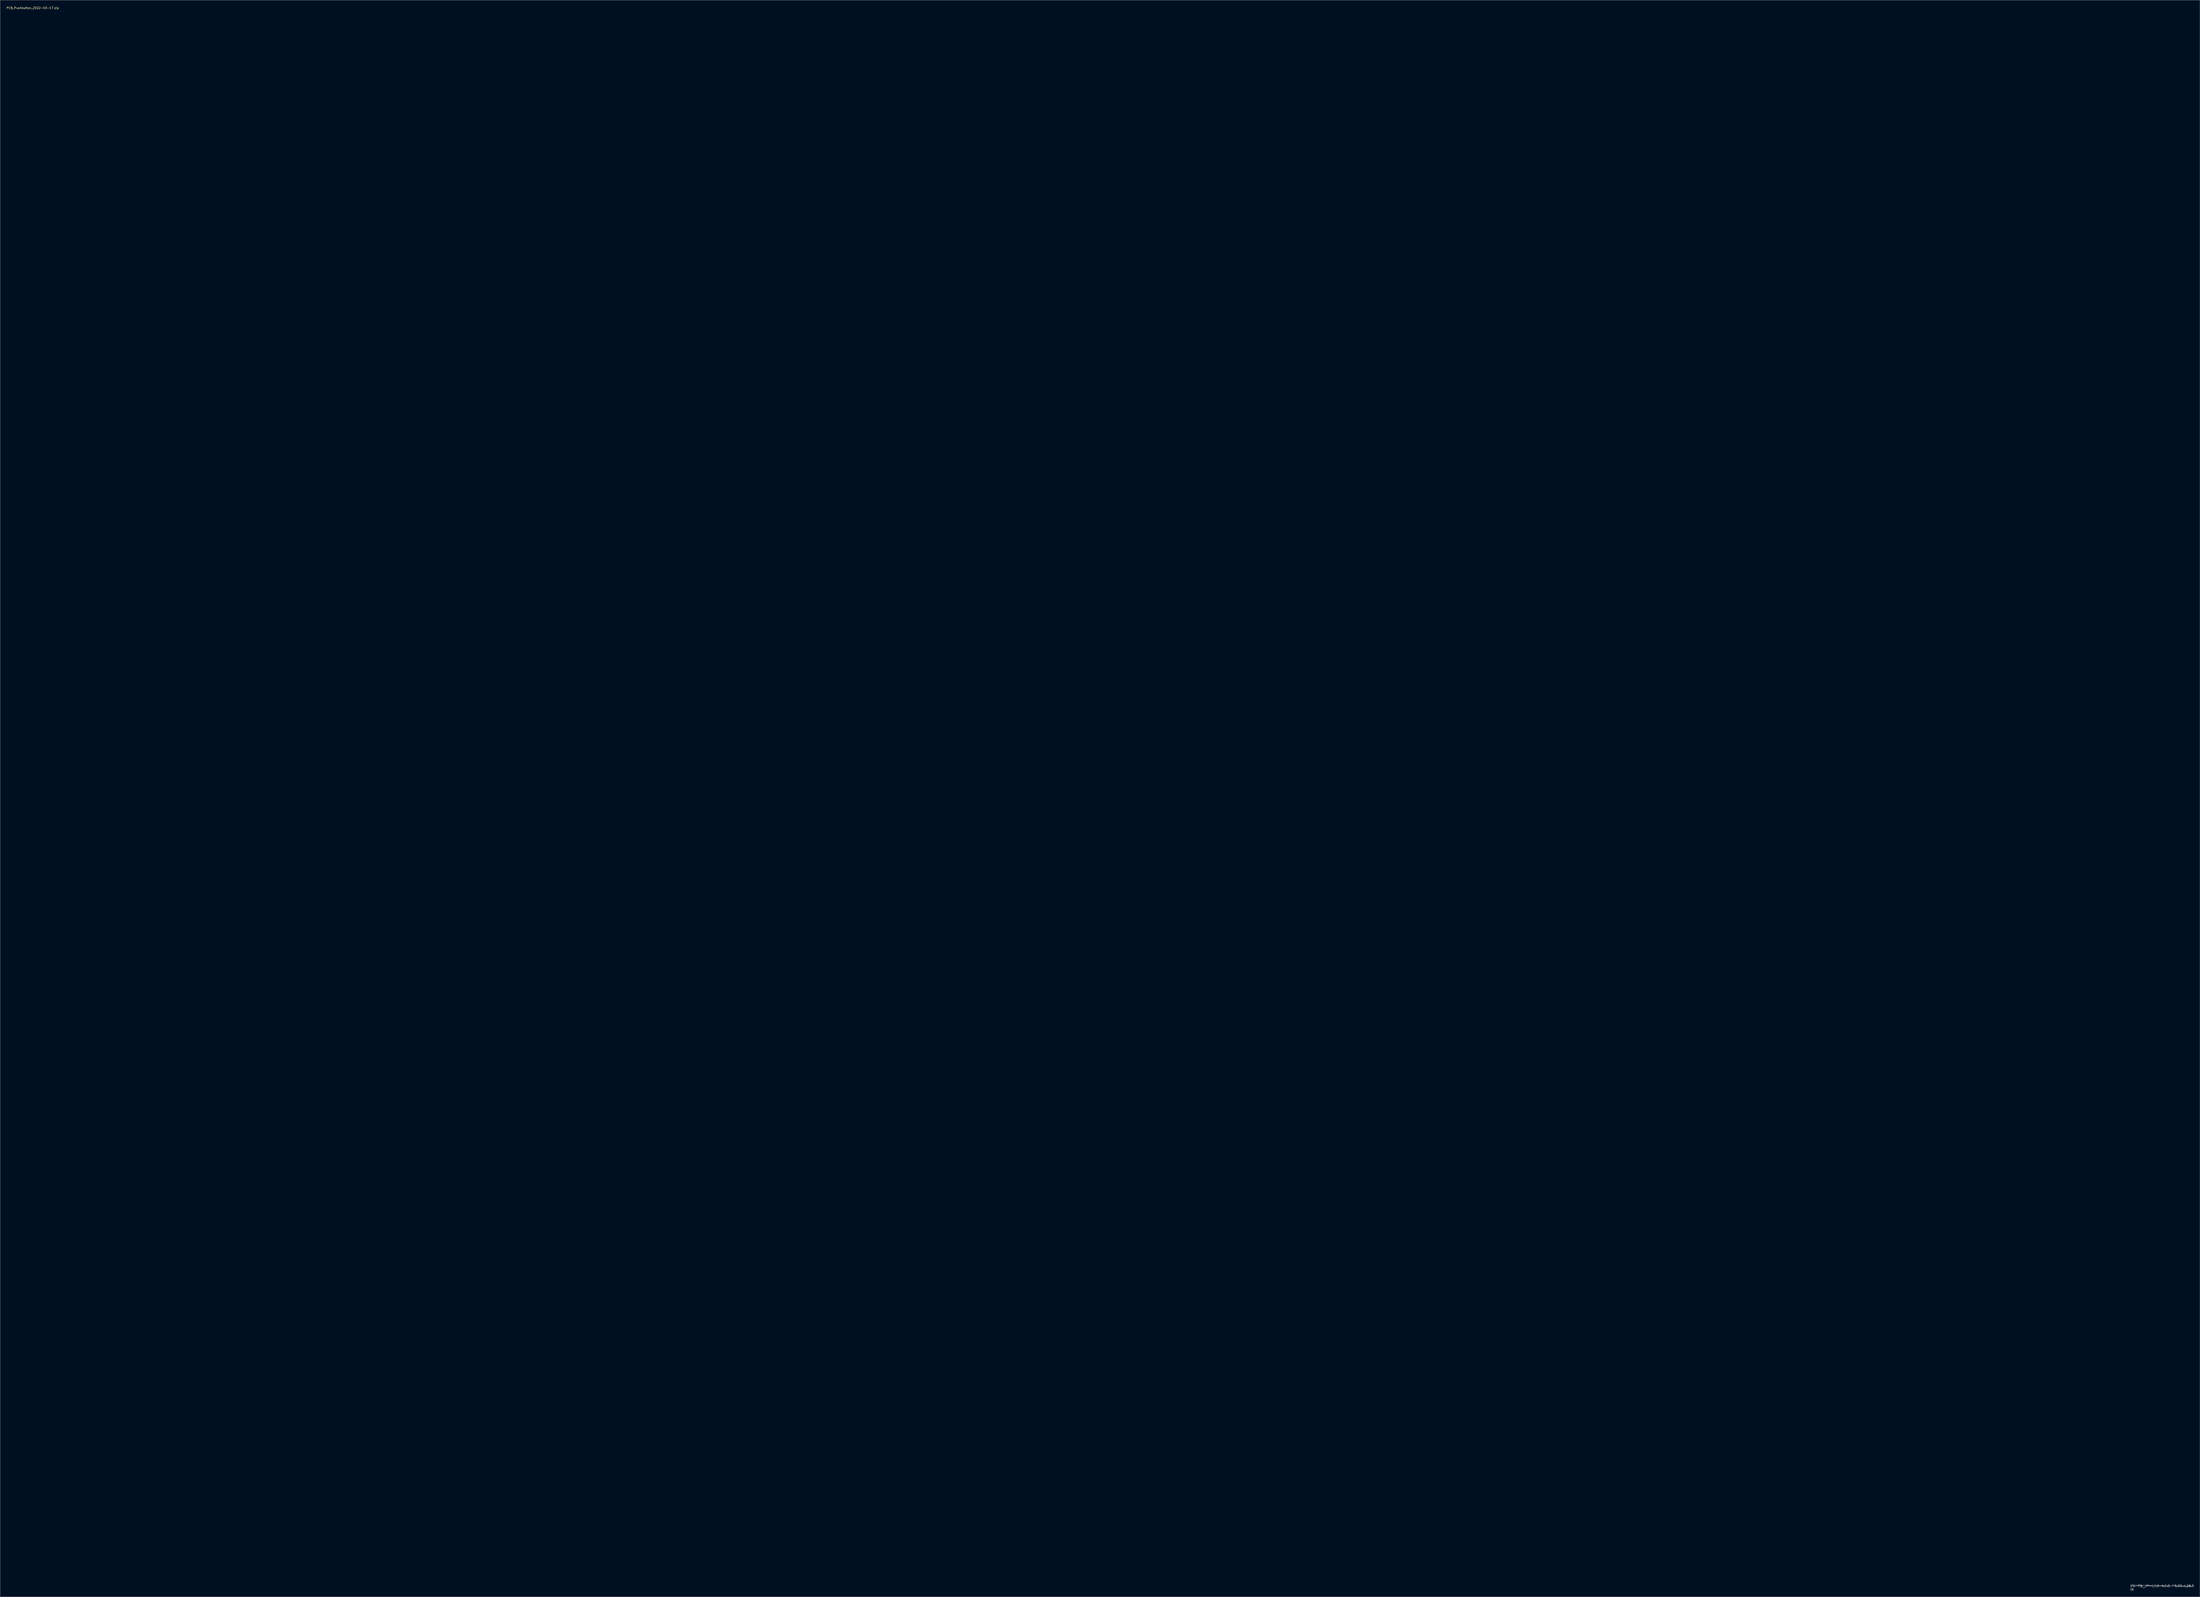
<source format=kicad_pcb>
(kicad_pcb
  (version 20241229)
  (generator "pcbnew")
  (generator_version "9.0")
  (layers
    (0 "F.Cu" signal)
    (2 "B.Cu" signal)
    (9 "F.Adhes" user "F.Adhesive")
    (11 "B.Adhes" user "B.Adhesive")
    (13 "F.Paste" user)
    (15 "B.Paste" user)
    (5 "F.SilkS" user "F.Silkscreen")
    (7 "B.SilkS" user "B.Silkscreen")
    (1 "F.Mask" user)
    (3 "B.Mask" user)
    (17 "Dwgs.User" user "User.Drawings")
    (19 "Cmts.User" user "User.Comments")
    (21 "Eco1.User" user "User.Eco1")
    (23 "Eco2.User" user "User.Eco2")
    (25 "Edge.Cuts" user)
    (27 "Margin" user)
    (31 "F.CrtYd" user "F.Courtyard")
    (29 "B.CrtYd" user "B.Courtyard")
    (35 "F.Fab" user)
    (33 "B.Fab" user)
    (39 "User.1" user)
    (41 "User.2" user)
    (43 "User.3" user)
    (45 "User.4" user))
  (footprint "PCB_Pushbutton_2022-03-17.zip"
    (layer "F.Cu")
    (at 12.73 5.852)
    (property "Reference" "PCB_Pushbutton_2022-03-17.zip" (at 0.229 -5.004 180) (layer "F.SilkS") (effects (font (size 1 1) (thickness 0.15))))
    (attr through_hole)
    (fp_poly (pts (xy 1028.415 769.967) (xy 1028.415 770.747) (xy 1028.466 770.902) (xy 1028.57 771.006) (xy 1028.728 771.057) (xy 1028.832 771.057) (xy 1028.987 771.006) (xy 1029.091 770.902) (xy 1029.142 770.747) (xy 1029.142 769.967) (xy 1029.485 770.175) (xy 1029.589 770.122) (xy 1029.746 769.967) (xy 1029.746 771.057)) (stroke (width 0.15) (type solid)) (fill no) (layer "Dwgs.User"))
    (fp_poly (pts (xy 1029.142 768.344) (xy 1029.038 768.24) (xy 1028.883 768.189) (xy 1028.675 768.189) (xy 1028.52 768.24) (xy 1028.415 768.344) (xy 1028.415 768.448) (xy 1028.466 768.552) (xy 1028.52 768.606) (xy 1028.624 768.657) (xy 1028.936 768.761) (xy 1029.038 768.811) (xy 1029.091 768.865) (xy 1029.142 768.969) (xy 1029.142 769.124) (xy 1029.038 769.228) (xy 1028.883 769.279) (xy 1028.675 769.279) (xy 1028.52 769.228) (xy 1028.415 769.124) (xy 1029.485 768.189) (xy 1029.746 769.279) (xy 1030.005 768.189) (xy 1029.746 769.279) (xy 1030.005 768.189) (xy 1030.265 769.279) (xy 1030.524 768.189) (xy 1030.265 769.279) (xy 1030.867 768.811) (xy 1031.804 768.811) (xy 1032.51 768.189) (xy 1032.51 769.279) (xy 1032.147 768.189) (xy 1032.873 768.189) (xy 1033.216 768.189) (xy 1033.216 769.279) (xy 1033.942 768.189) (xy 1033.942 769.279) (xy 1033.216 768.707) (xy 1033.942 768.707) (xy 1034.285 769.645) (xy 1035.222 769.645) (xy 1036.084 768.189) (xy 1035.565 768.916) (xy 1036.343 768.916) (xy 1036.084 768.189) (xy 1036.084 769.279) (xy 1036.685 768.189) (xy 1036.685 769.279) (xy 1036.685 768.189) (xy 1037.153 768.189) (xy 1037.31 768.24) (xy 1037.361 768.293) (xy 1037.414 768.397) (xy 1037.414 768.552) (xy 1037.361 768.657) (xy 1037.31 768.707) (xy 1037.153 768.761) (xy 1036.685 768.761) (xy 1037.757 768.811) (xy 1038.692 768.811) (xy 1039.035 768.189) (xy 1039.035 769.279) (xy 1039.657 769.279) (xy 1040.625 768.344) (xy 1040.572 768.24) (xy 1040.417 768.189) (xy 1040.313 768.189) (xy 1040.158 768.24) (xy 1040.053 768.397) (xy 1040 768.657) (xy 1040 768.916) (xy 1040.053 769.124) (xy 1040.158 769.228) (xy 1040.313 769.279) (xy 1040.366 769.279) (xy 1040.521 769.228) (xy 1040.625 769.124) (xy 1040.676 768.969) (xy 1040.676 768.916) (xy 1040.625 768.761) (xy 1040.521 768.657) (xy 1040.366 768.606) (xy 1040.313 768.606) (xy 1040.158 768.657) (xy 1040.053 768.761) (xy 1040 768.916) (xy 1041.072 769.02) (xy 1041.019 769.073) (xy 1041.072 769.124) (xy 1041.123 769.073) (xy 1041.072 769.02) (xy 1041.778 768.189) (xy 1041.623 768.24) (xy 1041.519 768.397) (xy 1041.466 768.657) (xy 1041.466 768.811) (xy 1041.519 769.073) (xy 1041.623 769.228) (xy 1041.778 769.279) (xy 1041.882 769.279) (xy 1042.037 769.228) (xy 1042.141 769.073) (xy 1042.195 768.811) (xy 1042.195 768.657) (xy 1042.141 768.397) (xy 1042.037 768.24) (xy 1041.882 768.189) (xy 1041.778 768.189) (xy 1042.537 768.811) (xy 1043.472 768.811) (xy 1043.815 768.189) (xy 1044.074 769.279) (xy 1044.333 768.189) (xy 1044.074 769.279) (xy 1044.333 768.189) (xy 1044.595 769.279) (xy 1044.854 768.189) (xy 1044.595 769.279) (xy 1045.819 768.344) (xy 1045.768 768.24) (xy 1045.611 768.189) (xy 1045.509 768.189) (xy 1045.352 768.24) (xy 1045.248 768.397) (xy 1045.197 768.657) (xy 1045.197 768.916) (xy 1045.248 769.124) (xy 1045.352 769.228) (xy 1045.509 769.279) (xy 1045.56 769.279) (xy 1045.715 769.228) (xy 1045.819 769.124) (xy 1045.872 768.969) (xy 1045.872 768.916) (xy 1045.819 768.761) (xy 1045.715 768.657) (xy 1045.56 768.606) (xy 1045.509 768.606) (xy 1045.352 768.657) (xy 1045.248 768.761) (xy 1045.197 768.916) (xy 1046.266 769.02) (xy 1046.215 769.073) (xy 1046.266 769.124) (xy 1046.319 769.073) (xy 1046.266 769.02) (xy 1046.972 768.189) (xy 1046.817 768.24) (xy 1046.713 768.397) (xy 1046.662 768.657) (xy 1046.662 768.811) (xy 1046.713 769.073) (xy 1046.817 769.228) (xy 1046.972 769.279) (xy 1047.076 769.279) (xy 1047.234 769.228) (xy 1047.338 769.073) (xy 1047.389 768.811) (xy 1047.389 768.657) (xy 1047.338 768.397) (xy 1047.234 768.24) (xy 1047.076 768.189) (xy 1046.972 768.189) (xy 1047.732 768.811) (xy 1048.666 768.811) (xy 1049.009 768.189) (xy 1049.009 769.279) (xy 1049.009 768.189) (xy 1049.477 768.189) (xy 1049.634 768.24) (xy 1049.685 768.293) (xy 1049.738 768.397) (xy 1049.738 768.552) (xy 1049.685 768.657) (xy 1049.634 768.707) (xy 1049.477 768.761) (xy 1049.009 768.761) (xy 1050.599 768.189) (xy 1050.081 768.916) (xy 1050.858 768.916) (xy 1050.599 768.189) (xy 1050.599 769.279) (xy 1051.255 769.02) (xy 1051.201 769.073) (xy 1051.255 769.124) (xy 1051.305 769.073) (xy 1051.255 769.02) (xy 1052.273 768.189) (xy 1051.752 768.189) (xy 1051.702 768.657) (xy 1051.752 768.606) (xy 1051.91 768.552) (xy 1052.065 768.552) (xy 1052.22 768.606) (xy 1052.324 768.707) (xy 1052.377 768.865) (xy 1052.377 768.969) (xy 1052.324 769.124) (xy 1052.22 769.228) (xy 1052.065 769.279) (xy 1051.91 769.279) (xy 1051.752 769.228) (xy 1051.702 769.177) (xy 1051.648 769.073) (xy 1053.03 768.189) (xy 1052.875 768.24) (xy 1052.771 768.397) (xy 1052.72 768.657) (xy 1052.72 768.811) (xy 1052.771 769.073) (xy 1052.875 769.228) (xy 1053.03 769.279) (xy 1053.134 769.279) (xy 1053.292 769.228) (xy 1053.396 769.073) (xy 1053.446 768.811) (xy 1053.446 768.657) (xy 1053.396 768.397) (xy 1053.292 768.24) (xy 1053.134 768.189) (xy 1053.03 768.189) (xy 1053.789 768.811) (xy 1054.724 768.811) (xy 1055.067 768.189) (xy 1055.067 769.279) (xy 1055.692 769.279) (xy 1056.761 768.344) (xy 1056.657 768.24) (xy 1056.502 768.189) (xy 1056.294 768.189) (xy 1056.139 768.24) (xy 1056.035 768.344) (xy 1056.035 768.448) (xy 1056.085 768.552) (xy 1056.139 768.606) (xy 1056.24 768.657) (xy 1056.553 768.761) (xy 1056.657 768.811) (xy 1056.71 768.865) (xy 1056.761 768.969) (xy 1056.761 769.124) (xy 1056.657 769.228) (xy 1056.502 769.279) (xy 1056.294 769.279) (xy 1056.139 769.228) (xy 1056.035 769.124) (xy 1057.726 768.344) (xy 1057.675 768.24) (xy 1057.52 768.189) (xy 1057.416 768.189) (xy 1057.259 768.24) (xy 1057.155 768.397) (xy 1057.104 768.657) (xy 1057.104 768.916) (xy 1057.155 769.124) (xy 1057.259 769.228) (xy 1057.416 769.279) (xy 1057.467 769.279) (xy 1057.625 769.228) (xy 1057.726 769.124) (xy 1057.78 768.969) (xy 1057.78 768.916) (xy 1057.726 768.761) (xy 1057.625 768.657) (xy 1057.467 768.606) (xy 1057.416 768.606) (xy 1057.259 768.657) (xy 1057.155 768.761) (xy 1057.104 768.916) (xy 1058.173 769.02) (xy 1058.122 769.073) (xy 1058.173 769.124) (xy 1058.227 769.073) (xy 1058.173 769.02) (xy 1059.192 768.189) (xy 1058.674 768.189) (xy 1058.62 768.657) (xy 1058.674 768.606) (xy 1058.829 768.552) (xy 1058.983 768.552) (xy 1059.141 768.606) (xy 1059.245 768.707) (xy 1059.296 768.865) (xy 1059.296 768.969) (xy 1059.245 769.124) (xy 1059.141 769.228) (xy 1058.983 769.279) (xy 1058.829 769.279) (xy 1058.674 769.228) (xy 1058.62 769.177) (xy 1058.569 769.073)) (stroke (width 0.15) (type solid)) (fill no) (layer "Dwgs.User")))
  (gr_rect
    (start -3 -3)
    (end 1075.101 779.984)
    (stroke (width 0.1) (type default))
    (fill no)
    (layer "Edge.Cuts")))
</source>
